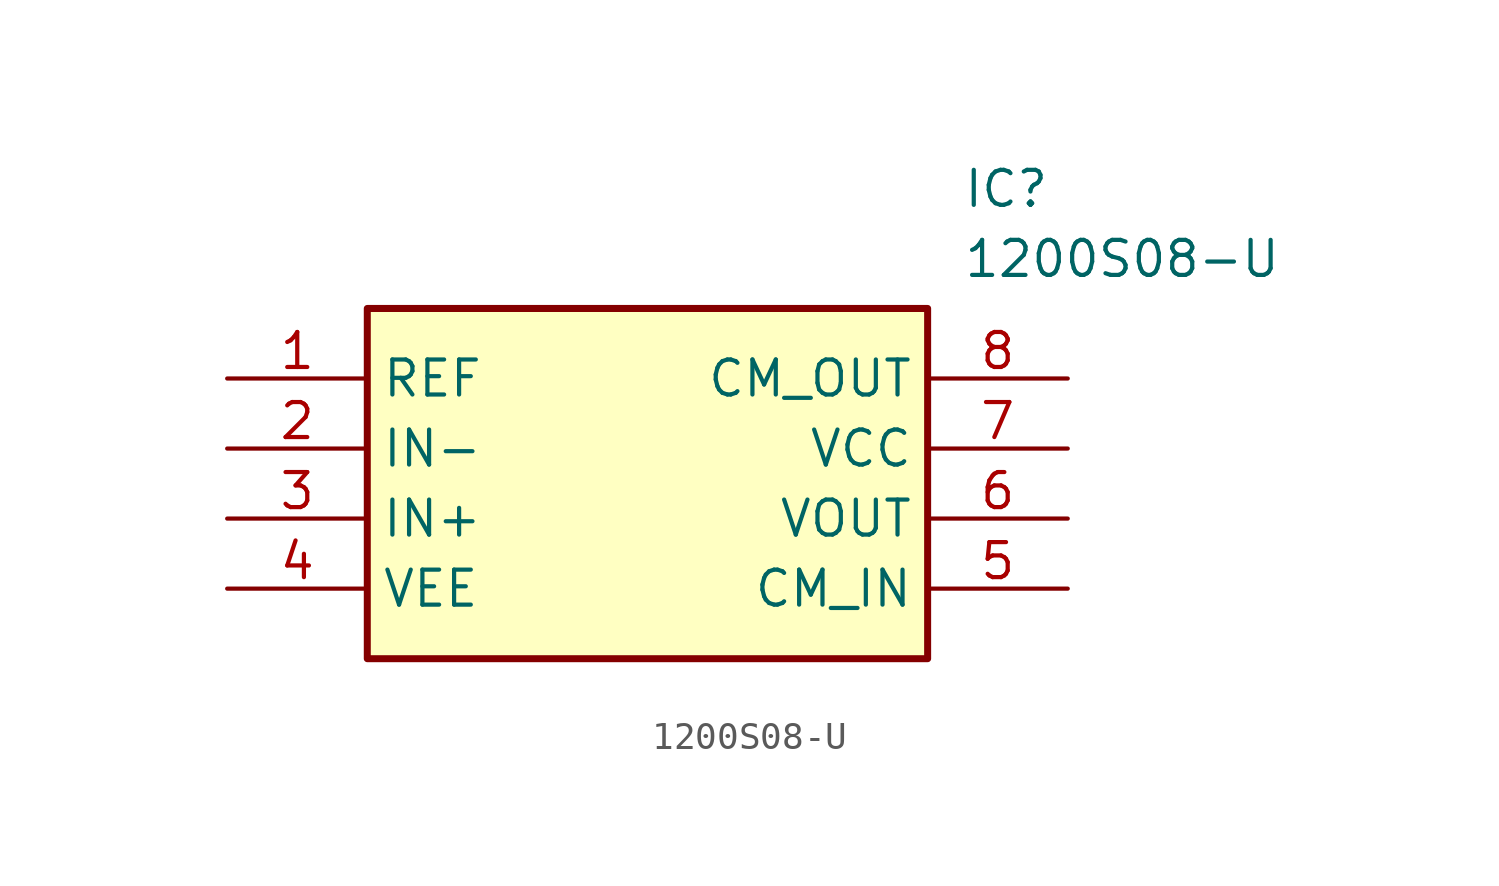
<source format=kicad_sym>
(kicad_symbol_lib
  (version 20220914)
  (generator kicad_symbol_editor)
  (symbol "1200S08-U"
    (property "Reference" "IC"
      (at 26.67 7.62 0)
      (effects (font (size 1.27 1.27)) (justify left top)))
    (property "Value" "1200S08-U"
      (at 26.67 5.08 0)
      (effects (font (size 1.27 1.27)) (justify left top)))
    (symbol "1200S08-U_1_1"
      (rectangle (start 5.08 2.54) (end 25.4 -10.16) (stroke (width 0.254) (type default)) (fill (type background)))
      (pin passive line (at 0 0 0) (length 5.08) (name "REF" (effects (font (size 1.27 1.27)))) (number "1" (effects (font (size 1.27 1.27)))))
      (pin passive line (at 0 -2.54 0) (length 5.08) (name "IN-" (effects (font (size 1.27 1.27)))) (number "2" (effects (font (size 1.27 1.27)))))
      (pin passive line (at 0 -5.08 0) (length 5.08) (name "IN+" (effects (font (size 1.27 1.27)))) (number "3" (effects (font (size 1.27 1.27)))))
      (pin passive line (at 0 -7.62 0) (length 5.08) (name "VEE" (effects (font (size 1.27 1.27)))) (number "4" (effects (font (size 1.27 1.27)))))
      (pin passive line (at 30.48 -7.62 180) (length 5.08) (name "CM_IN" (effects (font (size 1.27 1.27)))) (number "5" (effects (font (size 1.27 1.27)))))
      (pin passive line (at 30.48 -5.08 180) (length 5.08) (name "VOUT" (effects (font (size 1.27 1.27)))) (number "6" (effects (font (size 1.27 1.27)))))
      (pin passive line (at 30.48 -2.54 180) (length 5.08) (name "VCC" (effects (font (size 1.27 1.27)))) (number "7" (effects (font (size 1.27 1.27)))))
      (pin passive line (at 30.48 0 180) (length 5.08) (name "CM_OUT" (effects (font (size 1.27 1.27)))) (number "8" (effects (font (size 1.27 1.27))))))))
</source>
